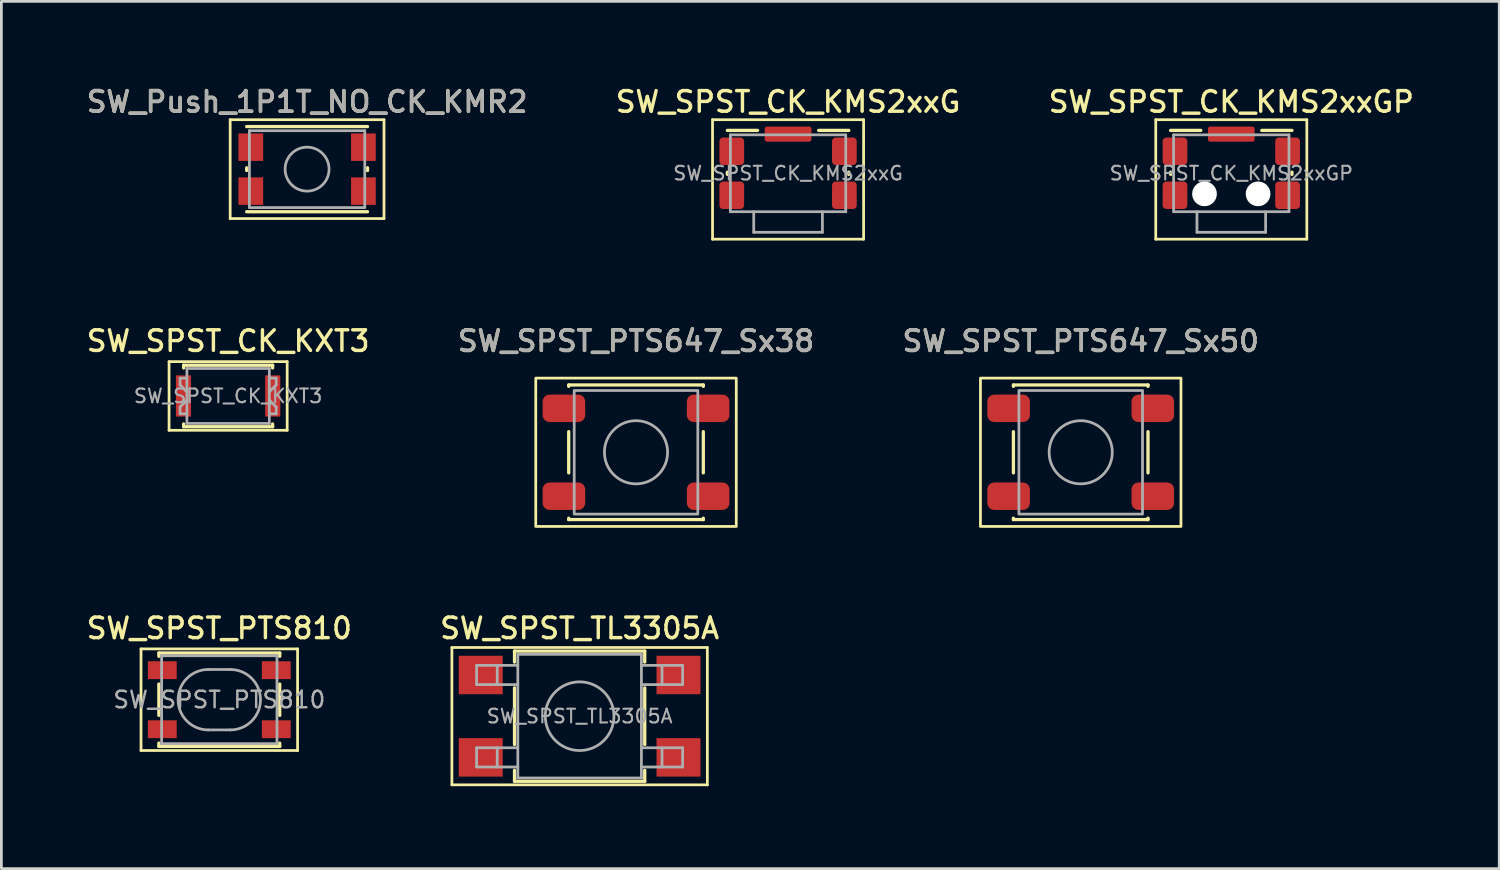
<source format=kicad_pcb>
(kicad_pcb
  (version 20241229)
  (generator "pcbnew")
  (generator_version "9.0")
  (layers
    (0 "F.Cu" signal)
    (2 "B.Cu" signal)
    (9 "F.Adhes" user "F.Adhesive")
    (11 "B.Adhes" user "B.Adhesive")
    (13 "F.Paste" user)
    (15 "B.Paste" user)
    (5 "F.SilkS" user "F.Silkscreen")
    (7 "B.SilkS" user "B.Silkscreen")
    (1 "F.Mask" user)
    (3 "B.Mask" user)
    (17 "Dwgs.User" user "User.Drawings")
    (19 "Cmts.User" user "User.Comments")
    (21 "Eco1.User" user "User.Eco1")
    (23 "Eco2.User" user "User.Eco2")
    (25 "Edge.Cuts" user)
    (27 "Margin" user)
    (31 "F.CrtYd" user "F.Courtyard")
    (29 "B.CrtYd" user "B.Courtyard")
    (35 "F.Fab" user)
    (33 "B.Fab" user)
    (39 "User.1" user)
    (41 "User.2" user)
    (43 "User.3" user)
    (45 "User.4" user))
  (footprint "SW_SPST_TL3305A"
    (layer "F.Cu")
    (at 18.052 23.024)
    (property "Reference" "SW_SPST_TL3305A" (at 0 -3.2 0) (layer "F.SilkS") (effects (font (size 0.75 0.75) (thickness 0.125))))
    (attr smd)
    (fp_line (start -4.65 -2.5) (end 4.65 -2.5) (stroke (width 0.1) (type solid)) (layer "F.SilkS"))
    (fp_line (start -4.65 2.5) (end -4.65 -2.5) (stroke (width 0.1) (type solid)) (layer "F.SilkS"))
    (fp_line (start -2.37 -2.37) (end -2.37 -1.97) (stroke (width 0.12) (type solid)) (layer "F.SilkS"))
    (fp_line (start -2.37 -2.37) (end 2.37 -2.37) (stroke (width 0.12) (type solid)) (layer "F.SilkS"))
    (fp_line (start -2.37 1.03) (end -2.37 -1.03) (stroke (width 0.12) (type solid)) (layer "F.SilkS"))
    (fp_line (start -2.37 2.37) (end -2.37 1.97) (stroke (width 0.12) (type solid)) (layer "F.SilkS"))
    (fp_line (start -2.37 2.37) (end 2.37 2.37) (stroke (width 0.12) (type solid)) (layer "F.SilkS"))
    (fp_line (start 2.37 -2.37) (end 2.37 -1.97) (stroke (width 0.12) (type solid)) (layer "F.SilkS"))
    (fp_line (start 2.37 1.03) (end 2.37 -1.03) (stroke (width 0.12) (type solid)) (layer "F.SilkS"))
    (fp_line (start 2.37 2.37) (end 2.37 1.97) (stroke (width 0.12) (type solid)) (layer "F.SilkS"))
    (fp_line (start 4.65 -2.5) (end 4.65 2.5) (stroke (width 0.1) (type solid)) (layer "F.SilkS"))
    (fp_line (start 4.65 2.5) (end -4.65 2.5) (stroke (width 0.1) (type solid)) (layer "F.SilkS"))
    (fp_line (start -3.75 -1.85) (end -3.75 -1.15) (stroke (width 0.1) (type solid)) (layer "F.Fab"))
    (fp_line (start -3.75 -1.15) (end -2.25 -1.15) (stroke (width 0.1) (type solid)) (layer "F.Fab"))
    (fp_line (start -3.75 1.15) (end -3.75 1.85) (stroke (width 0.1) (type solid)) (layer "F.Fab"))
    (fp_line (start -3.75 1.85) (end -2.25 1.85) (stroke (width 0.1) (type solid)) (layer "F.Fab"))
    (fp_line (start -3 -1.85) (end -3 -1.15) (stroke (width 0.1) (type solid)) (layer "F.Fab"))
    (fp_line (start -3 1.15) (end -3 1.85) (stroke (width 0.1) (type solid)) (layer "F.Fab"))
    (fp_line (start -2.25 -2.25) (end 2.25 -2.25) (stroke (width 0.1) (type solid)) (layer "F.Fab"))
    (fp_line (start -2.25 -1.85) (end -3.75 -1.85) (stroke (width 0.1) (type solid)) (layer "F.Fab"))
    (fp_line (start -2.25 1.15) (end -3.75 1.15) (stroke (width 0.1) (type solid)) (layer "F.Fab"))
    (fp_line (start -2.25 2.25) (end -2.25 -2.25) (stroke (width 0.1) (type solid)) (layer "F.Fab"))
    (fp_line (start 2.25 -2.25) (end 2.25 2.25) (stroke (width 0.1) (type solid)) (layer "F.Fab"))
    (fp_line (start 2.25 -1.15) (end 3.75 -1.15) (stroke (width 0.1) (type solid)) (layer "F.Fab"))
    (fp_line (start 2.25 1.15) (end 3.75 1.15) (stroke (width 0.1) (type solid)) (layer "F.Fab"))
    (fp_line (start 2.25 2.25) (end -2.25 2.25) (stroke (width 0.1) (type solid)) (layer "F.Fab"))
    (fp_line (start 3 -1.85) (end 3 -1.15) (stroke (width 0.1) (type solid)) (layer "F.Fab"))
    (fp_line (start 3 1.15) (end 3 1.85) (stroke (width 0.1) (type solid)) (layer "F.Fab"))
    (fp_line (start 3.75 -1.85) (end 2.25 -1.85) (stroke (width 0.1) (type solid)) (layer "F.Fab"))
    (fp_line (start 3.75 -1.15) (end 3.75 -1.85) (stroke (width 0.1) (type solid)) (layer "F.Fab"))
    (fp_line (start 3.75 1.15) (end 3.75 1.85) (stroke (width 0.1) (type solid)) (layer "F.Fab"))
    (fp_line (start 3.75 1.85) (end 2.25 1.85) (stroke (width 0.1) (type solid)) (layer "F.Fab"))
    (fp_circle (center 0 0) (end 1.25 0) (stroke (width 0.1) (type solid)) (fill no) (layer "F.Fab"))
    (fp_text user "${REFERENCE}" (at 0 0 0) (layer "F.Fab") (effects (font (size 0.5 0.5) (thickness 0.075))))
    (pad "1" smd rect (at -3.6 -1.5) (size 1.6 1.4) (layers "F.Cu" "F.Mask" "F.Paste"))
    (pad "1" smd rect (at 3.6 -1.5) (size 1.6 1.4) (layers "F.Cu" "F.Mask" "F.Paste"))
    (pad "2" smd rect (at -3.6 1.5) (size 1.6 1.4) (layers "F.Cu" "F.Mask" "F.Paste"))
    (pad "2" smd rect (at 3.6 1.5) (size 1.6 1.4) (layers "F.Cu" "F.Mask" "F.Paste")))
  (footprint "SW_Push_1P1T_NO_CK_KMR2"
    (layer "F.Cu")
    (at 8.13 3.108)
    (property "Reference" "SW_Push_1P1T_NO_CK_KMR2" (at 0 -2.45 0) (layer "F.SilkS") (effects (font (size 0.75 0.75) (thickness 0.125))))
    (attr smd)
    (fp_line (start -2.8 -1.8) (end 2.8 -1.8) (stroke (width 0.1) (type solid)) (layer "F.SilkS"))
    (fp_line (start -2.8 1.8) (end -2.8 -1.8) (stroke (width 0.1) (type solid)) (layer "F.SilkS"))
    (fp_line (start -2.2 0.05) (end -2.2 -0.05) (stroke (width 0.12) (type solid)) (layer "F.SilkS"))
    (fp_line (start -2.2 1.55) (end 2.2 1.55) (stroke (width 0.12) (type solid)) (layer "F.SilkS"))
    (fp_line (start 2.2 -1.55) (end -2.2 -1.55) (stroke (width 0.12) (type solid)) (layer "F.SilkS"))
    (fp_line (start 2.2 0.05) (end 2.2 -0.05) (stroke (width 0.12) (type solid)) (layer "F.SilkS"))
    (fp_line (start 2.8 -1.8) (end 2.8 1.8) (stroke (width 0.1) (type solid)) (layer "F.SilkS"))
    (fp_line (start 2.8 1.8) (end -2.8 1.8) (stroke (width 0.1) (type solid)) (layer "F.SilkS"))
    (fp_line (start -2.1 -1.4) (end 2.1 -1.4) (stroke (width 0.1) (type solid)) (layer "F.Fab"))
    (fp_line (start -2.1 1.4) (end -2.1 -1.4) (stroke (width 0.1) (type solid)) (layer "F.Fab"))
    (fp_line (start 2.1 -1.4) (end 2.1 1.4) (stroke (width 0.1) (type solid)) (layer "F.Fab"))
    (fp_line (start 2.1 1.4) (end -2.1 1.4) (stroke (width 0.1) (type solid)) (layer "F.Fab"))
    (fp_circle (center 0 0) (end 0 0.8) (stroke (width 0.1) (type solid)) (fill no) (layer "F.Fab"))
    (fp_text user "${REFERENCE}" (at 0 -2.45 0) (layer "F.Fab") (effects (font (size 0.75 0.75) (thickness 0.125))))
    (pad "1" smd rect (at -2.05 -0.8) (size 0.9 1) (layers "F.Cu" "F.Mask" "F.Paste"))
    (pad "1" smd rect (at 2.05 -0.8) (size 0.9 1) (layers "F.Cu" "F.Mask" "F.Paste"))
    (pad "2" smd rect (at -2.05 0.8) (size 0.9 1) (layers "F.Cu" "F.Mask" "F.Paste"))
    (pad "2" smd rect (at 2.05 0.8) (size 0.9 1) (layers "F.Cu" "F.Mask" "F.Paste")))
  (footprint "SW_SPST_PTS647_Sx38"
    (layer "F.Cu")
    (at 20.105 13.416)
    (property "Reference" "SW_SPST_PTS647_Sx38" (at 0 -4.05 0) (layer "F.SilkS") (effects (font (size 0.75 0.75) (thickness 0.125))))
    (attr smd)
    (fp_line (start -2.45 -2.45) (end -2.45 -2.4) (stroke (width 0.12) (type solid)) (layer "F.SilkS"))
    (fp_line (start -2.45 -2.45) (end 2.45 -2.45) (stroke (width 0.12) (type solid)) (layer "F.SilkS"))
    (fp_line (start -2.45 -0.75) (end -2.45 0.75) (stroke (width 0.12) (type solid)) (layer "F.SilkS"))
    (fp_line (start -2.45 2.45) (end -2.45 2.4) (stroke (width 0.12) (type solid)) (layer "F.SilkS"))
    (fp_line (start -2.45 2.45) (end 2.45 2.45) (stroke (width 0.12) (type solid)) (layer "F.SilkS"))
    (fp_line (start 2.45 -2.45) (end 2.45 -2.4) (stroke (width 0.12) (type solid)) (layer "F.SilkS"))
    (fp_line (start 2.45 -0.75) (end 2.45 0.75) (stroke (width 0.12) (type solid)) (layer "F.SilkS"))
    (fp_line (start 2.45 2.45) (end 2.45 2.4) (stroke (width 0.12) (type solid)) (layer "F.SilkS"))
    (fp_rect (start -3.65 -2.7) (end 3.65 2.7) (stroke (width 0.1) (type default)) (fill no) (layer "F.SilkS"))
    (fp_rect (start -2.25 -2.25) (end 2.25 2.25) (stroke (width 0.1) (type default)) (fill no) (layer "F.Fab"))
    (fp_circle (center 0 0) (end 1.15 0) (stroke (width 0.1) (type solid)) (fill no) (layer "F.Fab"))
    (fp_text user "${REFERENCE}" (at 0 -4.05 0) (layer "F.Fab") (effects (font (size 0.75 0.75) (thickness 0.125))))
    (pad "1" smd roundrect (at -2.625 -1.6) (size 1.55 1) (layers "F.Cu" "F.Mask" "F.Paste") (roundrect_rratio 0.25))
    (pad "1" smd roundrect (at 2.625 -1.6) (size 1.55 1) (layers "F.Cu" "F.Mask" "F.Paste") (roundrect_rratio 0.25))
    (pad "2" smd roundrect (at -2.625 1.6) (size 1.55 1) (layers "F.Cu" "F.Mask" "F.Paste") (roundrect_rratio 0.25))
    (pad "2" smd roundrect (at 2.625 1.6) (size 1.55 1) (layers "F.Cu" "F.Mask" "F.Paste") (roundrect_rratio 0.25)))
  (footprint "SW_SPST_CK_KMS2xxG"
    (layer "F.Cu")
    (at 25.641 3.258)
    (property "Reference" "SW_SPST_CK_KMS2xxG" (at 0 -2.6 0) (layer "F.SilkS") (effects (font (size 0.75 0.75) (thickness 0.125))))
    (attr smd)
    (fp_line (start -2.75 -1.95) (end -2.75 2.4) (stroke (width 0.1) (type default)) (layer "F.SilkS"))
    (fp_line (start -2.75 -1.95) (end 2.75 -1.95) (stroke (width 0.1) (type default)) (layer "F.SilkS"))
    (fp_line (start -2.75 2.4) (end 2.75 2.4) (stroke (width 0.1) (type default)) (layer "F.SilkS"))
    (fp_line (start -2.21 -1.56) (end -1.11 -1.56) (stroke (width 0.12) (type solid)) (layer "F.SilkS"))
    (fp_line (start -2.21 -0.04) (end -2.21 0.04) (stroke (width 0.12) (type default)) (layer "F.SilkS"))
    (fp_line (start 1.11 -1.56) (end 2.21 -1.56) (stroke (width 0.12) (type solid)) (layer "F.SilkS"))
    (fp_line (start 2.21 -0.04) (end 2.21 0.04) (stroke (width 0.12) (type default)) (layer "F.SilkS"))
    (fp_line (start 2.75 -1.95) (end 2.75 2.4) (stroke (width 0.1) (type default)) (layer "F.SilkS"))
    (fp_line (start -2.1 -1.4) (end -2.1 1.4) (stroke (width 0.1) (type solid)) (layer "F.Fab"))
    (fp_line (start -2.1 -1.4) (end 2.1 -1.4) (stroke (width 0.1) (type solid)) (layer "F.Fab"))
    (fp_line (start -2.1 1.4) (end 2.1 1.4) (stroke (width 0.1) (type solid)) (layer "F.Fab"))
    (fp_line (start -1.25 1.4) (end -1.25 2.15) (stroke (width 0.1) (type solid)) (layer "F.Fab"))
    (fp_line (start -1.25 2.15) (end 1.25 2.15) (stroke (width 0.1) (type solid)) (layer "F.Fab"))
    (fp_line (start 1.25 1.4) (end 1.25 2.15) (stroke (width 0.1) (type solid)) (layer "F.Fab"))
    (fp_line (start 2.1 -1.4) (end 2.1 1.4) (stroke (width 0.1) (type solid)) (layer "F.Fab"))
    (fp_text user "${REFERENCE}" (at 0 0 0) (layer "F.Fab") (effects (font (size 0.5 0.5) (thickness 0.075))))
    (pad "1" smd roundrect (at -2.05 -0.8) (size 0.9 1) (layers "F.Cu" "F.Mask" "F.Paste") (roundrect_rratio 0.15))
    (pad "1" smd roundrect (at 2.05 -0.8) (size 0.9 1) (layers "F.Cu" "F.Mask" "F.Paste") (roundrect_rratio 0.15))
    (pad "2" smd roundrect (at -2.05 0.8) (size 0.9 1) (layers "F.Cu" "F.Mask" "F.Paste") (roundrect_rratio 0.15))
    (pad "2" smd roundrect (at 2.05 0.8) (size 0.9 1) (layers "F.Cu" "F.Mask" "F.Paste") (roundrect_rratio 0.15))
    (pad "SH" smd roundrect (at 0 -1.425) (size 1.7 0.55) (layers "F.Cu" "F.Mask" "F.Paste") (roundrect_rratio 0.15)))
  (footprint "SW_SPST_PTS810"
    (layer "F.Cu")
    (at 4.934 22.424)
    (property "Reference" "SW_SPST_PTS810" (at 0 -2.6 0) (layer "F.SilkS") (effects (font (size 0.75 0.75) (thickness 0.125))))
    (attr smd)
    (fp_line (start -2.85 -1.85) (end 2.85 -1.85) (stroke (width 0.1) (type solid)) (layer "F.SilkS"))
    (fp_line (start -2.85 1.85) (end -2.85 -1.85) (stroke (width 0.1) (type solid)) (layer "F.SilkS"))
    (fp_line (start -2.2 -1.7) (end -2.2 -1.58) (stroke (width 0.12) (type solid)) (layer "F.SilkS"))
    (fp_line (start -2.2 -0.57) (end -2.2 0.57) (stroke (width 0.12) (type solid)) (layer "F.SilkS"))
    (fp_line (start -2.2 1.58) (end -2.2 1.7) (stroke (width 0.12) (type solid)) (layer "F.SilkS"))
    (fp_line (start -2.2 1.7) (end 2.2 1.7) (stroke (width 0.12) (type solid)) (layer "F.SilkS"))
    (fp_line (start 2.2 -1.7) (end -2.2 -1.7) (stroke (width 0.12) (type solid)) (layer "F.SilkS"))
    (fp_line (start 2.2 -1.58) (end 2.2 -1.7) (stroke (width 0.12) (type solid)) (layer "F.SilkS"))
    (fp_line (start 2.2 0.57) (end 2.2 -0.57) (stroke (width 0.12) (type solid)) (layer "F.SilkS"))
    (fp_line (start 2.2 1.7) (end 2.2 1.58) (stroke (width 0.12) (type solid)) (layer "F.SilkS"))
    (fp_line (start 2.85 -1.85) (end 2.85 1.85) (stroke (width 0.1) (type solid)) (layer "F.SilkS"))
    (fp_line (start 2.85 1.85) (end -2.85 1.85) (stroke (width 0.1) (type solid)) (layer "F.SilkS"))
    (fp_line (start -2.1 -1.6) (end -2.1 1.6) (stroke (width 0.1) (type solid)) (layer "F.Fab"))
    (fp_line (start -2.1 1.6) (end 2.1 1.6) (stroke (width 0.1) (type solid)) (layer "F.Fab"))
    (fp_line (start -0.4 -1.1) (end 0.4 -1.1) (stroke (width 0.1) (type solid)) (layer "F.Fab"))
    (fp_line (start 0.4 1.1) (end -0.4 1.1) (stroke (width 0.1) (type solid)) (layer "F.Fab"))
    (fp_line (start 2.1 -1.6) (end -2.1 -1.6) (stroke (width 0.1) (type solid)) (layer "F.Fab"))
    (fp_line (start 2.1 1.6) (end 2.1 -1.6) (stroke (width 0.1) (type solid)) (layer "F.Fab"))
    (fp_arc (start -0.4 1.1) (mid -1.5 0) (end -0.4 -1.1) (stroke (width 0.1) (type solid)) (layer "F.Fab"))
    (fp_arc (start 0.4 -1.1) (mid 1.5 0) (end 0.4 1.1) (stroke (width 0.1) (type solid)) (layer "F.Fab"))
    (fp_text user "${REFERENCE}" (at 0 0 0) (layer "F.Fab") (effects (font (size 0.6 0.6) (thickness 0.09))))
    (pad "1" smd rect (at -2.075 -1.075) (size 1.05 0.65) (layers "F.Cu" "F.Mask" "F.Paste"))
    (pad "1" smd rect (at 2.075 -1.075) (size 1.05 0.65) (layers "F.Cu" "F.Mask" "F.Paste"))
    (pad "2" smd rect (at -2.075 1.075) (size 1.05 0.65) (layers "F.Cu" "F.Mask" "F.Paste"))
    (pad "2" smd rect (at 2.075 1.075) (size 1.05 0.65) (layers "F.Cu" "F.Mask" "F.Paste")))
  (footprint "SW_SPST_CK_KXT3"
    (layer "F.Cu")
    (at 5.255 11.366)
    (property "Reference" "SW_SPST_CK_KXT3" (at 0 -2 0) (layer "F.SilkS") (effects (font (size 0.75 0.75) (thickness 0.125))))
    (attr smd)
    (fp_line (start -2.15 -1.25) (end -2.15 1.25) (stroke (width 0.1) (type solid)) (layer "F.SilkS"))
    (fp_line (start -2.15 -1.25) (end 2.15 -1.25) (stroke (width 0.1) (type solid)) (layer "F.SilkS"))
    (fp_line (start -2.15 1.25) (end 2.15 1.25) (stroke (width 0.1) (type solid)) (layer "F.SilkS"))
    (fp_line (start -1.62 -1.12) (end -1.62 -1.02) (stroke (width 0.12) (type solid)) (layer "F.SilkS"))
    (fp_line (start -1.62 -1.12) (end 1.62 -1.12) (stroke (width 0.12) (type solid)) (layer "F.SilkS"))
    (fp_line (start -1.62 1.02) (end -1.62 1.12) (stroke (width 0.12) (type solid)) (layer "F.SilkS"))
    (fp_line (start -1.62 1.12) (end 1.62 1.12) (stroke (width 0.12) (type solid)) (layer "F.SilkS"))
    (fp_line (start 1.62 -1.12) (end 1.62 -1.02) (stroke (width 0.12) (type solid)) (layer "F.SilkS"))
    (fp_line (start 1.62 1.02) (end 1.62 1.12) (stroke (width 0.12) (type solid)) (layer "F.SilkS"))
    (fp_line (start 2.15 -1.25) (end 2.15 1.25) (stroke (width 0.1) (type solid)) (layer "F.SilkS"))
    (fp_line (start -1.75 -0.65) (end -1.75 -0.4) (stroke (width 0.1) (type solid)) (layer "F.Fab"))
    (fp_line (start -1.75 -0.4) (end -1.5 -0.15) (stroke (width 0.1) (type solid)) (layer "F.Fab"))
    (fp_line (start -1.75 0.4) (end -1.75 0.65) (stroke (width 0.1) (type solid)) (layer "F.Fab"))
    (fp_line (start -1.75 0.65) (end -1.5 0.65) (stroke (width 0.1) (type solid)) (layer "F.Fab"))
    (fp_line (start -1.5 -1) (end 1.5 -1) (stroke (width 0.1) (type solid)) (layer "F.Fab"))
    (fp_line (start -1.5 -0.65) (end -1.75 -0.65) (stroke (width 0.1) (type solid)) (layer "F.Fab"))
    (fp_line (start -1.5 0.15) (end -1.75 0.4) (stroke (width 0.1) (type solid)) (layer "F.Fab"))
    (fp_line (start -1.5 1) (end -1.5 -1) (stroke (width 0.1) (type solid)) (layer "F.Fab"))
    (fp_line (start 1.5 -1) (end 1.5 1) (stroke (width 0.1) (type solid)) (layer "F.Fab"))
    (fp_line (start 1.5 -0.65) (end 1.75 -0.65) (stroke (width 0.1) (type solid)) (layer "F.Fab"))
    (fp_line (start 1.5 0.15) (end 1.75 0.4) (stroke (width 0.1) (type solid)) (layer "F.Fab"))
    (fp_line (start 1.5 1) (end -1.5 1) (stroke (width 0.1) (type solid)) (layer "F.Fab"))
    (fp_line (start 1.75 -0.65) (end 1.75 -0.4) (stroke (width 0.1) (type solid)) (layer "F.Fab"))
    (fp_line (start 1.75 -0.4) (end 1.5 -0.15) (stroke (width 0.1) (type solid)) (layer "F.Fab"))
    (fp_line (start 1.75 0.4) (end 1.75 0.65) (stroke (width 0.1) (type solid)) (layer "F.Fab"))
    (fp_line (start 1.75 0.65) (end 1.5 0.65) (stroke (width 0.1) (type solid)) (layer "F.Fab"))
    (fp_text user "${REFERENCE}" (at 0 0 0) (layer "F.Fab") (effects (font (size 0.5 0.5) (thickness 0.075))))
    (pad "1" smd rect (at -1.625 0) (size 0.55 1.5) (layers "F.Cu" "F.Mask" "F.Paste"))
    (pad "2" smd rect (at 1.625 0) (size 0.55 1.5) (layers "F.Cu" "F.Mask" "F.Paste")))
  (footprint "SW_SPST_PTS647_Sx50"
    (layer "F.Cu")
    (at 36.295 13.416)
    (property "Reference" "SW_SPST_PTS647_Sx50" (at 0 -4.05 0) (layer "F.SilkS") (effects (font (size 0.75 0.75) (thickness 0.125))))
    (attr smd)
    (fp_line (start -2.45 -2.45) (end -2.45 -2.4) (stroke (width 0.12) (type solid)) (layer "F.SilkS"))
    (fp_line (start -2.45 -2.45) (end 2.45 -2.45) (stroke (width 0.12) (type solid)) (layer "F.SilkS"))
    (fp_line (start -2.45 -0.75) (end -2.45 0.75) (stroke (width 0.12) (type solid)) (layer "F.SilkS"))
    (fp_line (start -2.45 2.45) (end -2.45 2.4) (stroke (width 0.12) (type solid)) (layer "F.SilkS"))
    (fp_line (start -2.45 2.45) (end 2.45 2.45) (stroke (width 0.12) (type solid)) (layer "F.SilkS"))
    (fp_line (start 2.45 -2.45) (end 2.45 -2.4) (stroke (width 0.12) (type solid)) (layer "F.SilkS"))
    (fp_line (start 2.45 -0.75) (end 2.45 0.75) (stroke (width 0.12) (type solid)) (layer "F.SilkS"))
    (fp_line (start 2.45 2.45) (end 2.45 2.4) (stroke (width 0.12) (type solid)) (layer "F.SilkS"))
    (fp_rect (start -3.65 -2.7) (end 3.65 2.7) (stroke (width 0.1) (type default)) (fill no) (layer "F.SilkS"))
    (fp_rect (start -2.25 -2.25) (end 2.25 2.25) (stroke (width 0.1) (type default)) (fill no) (layer "F.Fab"))
    (fp_circle (center 0 0) (end 1.15 0) (stroke (width 0.1) (type solid)) (fill no) (layer "F.Fab"))
    (fp_text user "${REFERENCE}" (at 0 -4.05 0) (layer "F.Fab") (effects (font (size 0.75 0.75) (thickness 0.125))))
    (pad "1" smd roundrect (at -2.625 -1.6) (size 1.55 1) (layers "F.Cu" "F.Mask" "F.Paste") (roundrect_rratio 0.25))
    (pad "1" smd roundrect (at 2.625 -1.6) (size 1.55 1) (layers "F.Cu" "F.Mask" "F.Paste") (roundrect_rratio 0.25))
    (pad "2" smd roundrect (at -2.625 1.6) (size 1.55 1) (layers "F.Cu" "F.Mask" "F.Paste") (roundrect_rratio 0.25))
    (pad "2" smd roundrect (at 2.625 1.6) (size 1.55 1) (layers "F.Cu" "F.Mask" "F.Paste") (roundrect_rratio 0.25)))
  (footprint "SW_SPST_CK_KMS2xxGP"
    (layer "F.Cu")
    (at 41.777 3.258)
    (property "Reference" "SW_SPST_CK_KMS2xxGP" (at 0 -2.6 0) (layer "F.SilkS") (effects (font (size 0.75 0.75) (thickness 0.125))))
    (attr smd)
    (fp_line (start -2.75 -1.95) (end -2.75 2.4) (stroke (width 0.1) (type default)) (layer "F.SilkS"))
    (fp_line (start -2.75 -1.95) (end 2.75 -1.95) (stroke (width 0.1) (type default)) (layer "F.SilkS"))
    (fp_line (start -2.75 2.4) (end 2.75 2.4) (stroke (width 0.1) (type default)) (layer "F.SilkS"))
    (fp_line (start -2.21 -1.56) (end -1.11 -1.56) (stroke (width 0.12) (type solid)) (layer "F.SilkS"))
    (fp_line (start -2.21 -0.04) (end -2.21 0.04) (stroke (width 0.12) (type default)) (layer "F.SilkS"))
    (fp_line (start 1.11 -1.56) (end 2.21 -1.56) (stroke (width 0.12) (type solid)) (layer "F.SilkS"))
    (fp_line (start 2.21 -0.04) (end 2.21 0.04) (stroke (width 0.12) (type default)) (layer "F.SilkS"))
    (fp_line (start 2.75 -1.95) (end 2.75 2.4) (stroke (width 0.1) (type default)) (layer "F.SilkS"))
    (fp_line (start -2.1 -1.4) (end -2.1 1.4) (stroke (width 0.1) (type solid)) (layer "F.Fab"))
    (fp_line (start -2.1 -1.4) (end 2.1 -1.4) (stroke (width 0.1) (type solid)) (layer "F.Fab"))
    (fp_line (start -2.1 1.4) (end 2.1 1.4) (stroke (width 0.1) (type solid)) (layer "F.Fab"))
    (fp_line (start -1.25 1.4) (end -1.25 2.15) (stroke (width 0.1) (type solid)) (layer "F.Fab"))
    (fp_line (start -1.25 2.15) (end 1.25 2.15) (stroke (width 0.1) (type solid)) (layer "F.Fab"))
    (fp_line (start 1.25 1.4) (end 1.25 2.15) (stroke (width 0.1) (type solid)) (layer "F.Fab"))
    (fp_line (start 2.1 -1.4) (end 2.1 1.4) (stroke (width 0.1) (type solid)) (layer "F.Fab"))
    (fp_text user "${REFERENCE}" (at 0 0 0) (layer "F.Fab") (effects (font (size 0.5 0.5) (thickness 0.075))))
    (pad "" np_thru_hole circle (at -0.975 0.75) (size 0.9 0.9) (drill 0.9) (layers "*.Cu" "*.Mask"))
    (pad "" np_thru_hole circle (at 0.975 0.75) (size 0.9 0.9) (drill 0.9) (layers "*.Cu" "*.Mask"))
    (pad "1" smd roundrect (at -2.05 -0.8) (size 0.9 1) (layers "F.Cu" "F.Mask" "F.Paste") (roundrect_rratio 0.15))
    (pad "1" smd roundrect (at 2.05 -0.8) (size 0.9 1) (layers "F.Cu" "F.Mask" "F.Paste") (roundrect_rratio 0.15))
    (pad "2" smd roundrect (at -2.05 0.8) (size 0.9 1) (layers "F.Cu" "F.Mask" "F.Paste") (roundrect_rratio 0.15))
    (pad "2" smd roundrect (at 2.05 0.8) (size 0.9 1) (layers "F.Cu" "F.Mask" "F.Paste") (roundrect_rratio 0.15))
    (pad "SH" smd roundrect (at 0 -1.425) (size 1.7 0.55) (layers "F.Cu" "F.Mask" "F.Paste") (roundrect_rratio 0.15)))
  (gr_rect
    (start -3 -3)
    (end 51.532 28.574)
    (stroke (width 0.1) (type default))
    (fill no)
    (layer "Edge.Cuts")))
</source>
